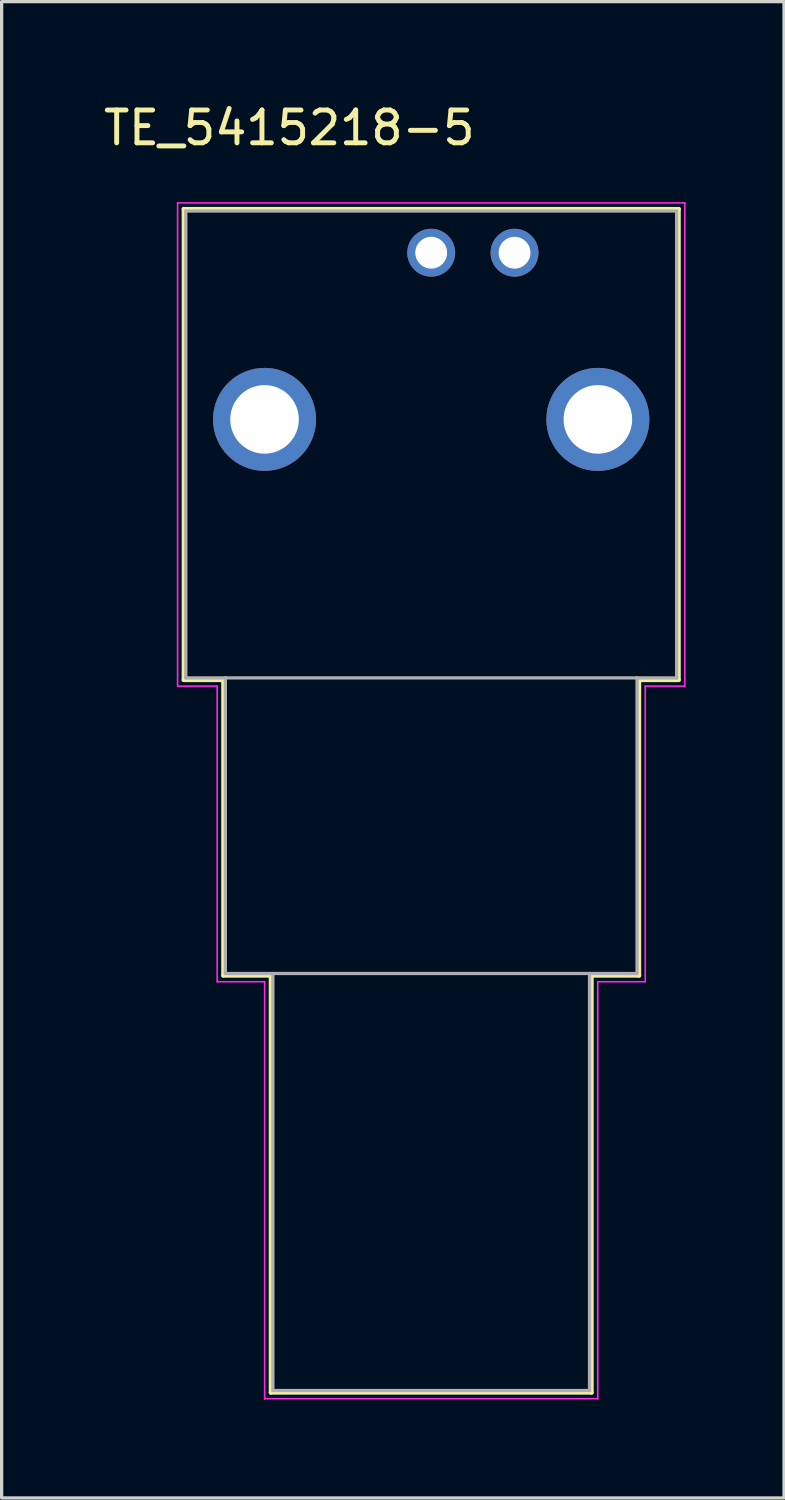
<source format=kicad_pcb>
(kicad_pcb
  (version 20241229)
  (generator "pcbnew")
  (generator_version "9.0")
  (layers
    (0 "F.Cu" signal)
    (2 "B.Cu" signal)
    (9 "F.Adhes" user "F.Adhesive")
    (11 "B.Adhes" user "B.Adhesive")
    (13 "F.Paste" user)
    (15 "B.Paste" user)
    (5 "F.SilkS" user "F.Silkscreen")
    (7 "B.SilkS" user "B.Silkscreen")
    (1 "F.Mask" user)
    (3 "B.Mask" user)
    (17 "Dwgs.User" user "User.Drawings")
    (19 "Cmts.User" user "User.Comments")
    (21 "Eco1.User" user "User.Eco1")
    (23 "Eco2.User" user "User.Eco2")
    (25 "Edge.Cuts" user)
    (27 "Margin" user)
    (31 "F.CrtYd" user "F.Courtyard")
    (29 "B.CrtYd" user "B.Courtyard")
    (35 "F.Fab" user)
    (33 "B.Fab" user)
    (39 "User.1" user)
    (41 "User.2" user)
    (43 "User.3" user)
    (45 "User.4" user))
  (footprint "TE_5415218-5"
    (layer "F.Cu")
    (at 10.093 9.733)
    (property "Reference" "TE_5415218-5" (at -4.325 -8.885 0) (layer "F.SilkS") (effects (font (size 1 1) (thickness 0.15))))
    (attr through_hole)
    (fp_line (start -7.543 -6.413) (end 7.543 -6.413) (stroke (width 0.127) (type solid)) (layer "F.SilkS"))
    (fp_line (start -7.543 7.944) (end -7.543 -6.413) (stroke (width 0.127) (type solid)) (layer "F.SilkS"))
    (fp_line (start -6.337 7.944) (end -7.543 7.944) (stroke (width 0.127) (type solid)) (layer "F.SilkS"))
    (fp_line (start -6.337 16.953) (end -6.337 7.944) (stroke (width 0.127) (type solid)) (layer "F.SilkS"))
    (fp_line (start -4.889 16.953) (end -6.337 16.953) (stroke (width 0.127) (type solid)) (layer "F.SilkS"))
    (fp_line (start -4.889 29.663) (end -4.889 16.953) (stroke (width 0.127) (type solid)) (layer "F.SilkS"))
    (fp_line (start 4.889 16.953) (end 4.889 29.663) (stroke (width 0.127) (type solid)) (layer "F.SilkS"))
    (fp_line (start 4.889 29.663) (end -4.889 29.663) (stroke (width 0.127) (type solid)) (layer "F.SilkS"))
    (fp_line (start 6.337 7.944) (end 6.337 16.953) (stroke (width 0.127) (type solid)) (layer "F.SilkS"))
    (fp_line (start 6.337 16.953) (end 4.889 16.953) (stroke (width 0.127) (type solid)) (layer "F.SilkS"))
    (fp_line (start 7.543 -6.413) (end 7.543 7.944) (stroke (width 0.127) (type solid)) (layer "F.SilkS"))
    (fp_line (start 7.543 7.944) (end 6.337 7.944) (stroke (width 0.127) (type solid)) (layer "F.SilkS"))
    (fp_line (start -7.73 -6.6) (end 7.73 -6.6) (stroke (width 0.05) (type solid)) (layer "F.CrtYd"))
    (fp_line (start -7.73 8.13) (end -7.73 -6.6) (stroke (width 0.05) (type solid)) (layer "F.CrtYd"))
    (fp_line (start -6.524 8.13) (end -7.73 8.13) (stroke (width 0.05) (type solid)) (layer "F.CrtYd"))
    (fp_line (start -6.524 17.14) (end -6.524 8.13) (stroke (width 0.05) (type solid)) (layer "F.CrtYd"))
    (fp_line (start -5.076 17.14) (end -6.524 17.14) (stroke (width 0.05) (type solid)) (layer "F.CrtYd"))
    (fp_line (start -5.076 29.85) (end -5.076 17.14) (stroke (width 0.05) (type solid)) (layer "F.CrtYd"))
    (fp_line (start 5.076 17.14) (end 5.076 29.85) (stroke (width 0.05) (type solid)) (layer "F.CrtYd"))
    (fp_line (start 5.076 29.85) (end -5.076 29.85) (stroke (width 0.05) (type solid)) (layer "F.CrtYd"))
    (fp_line (start 6.524 8.13) (end 6.524 17.14) (stroke (width 0.05) (type solid)) (layer "F.CrtYd"))
    (fp_line (start 6.524 17.14) (end 5.076 17.14) (stroke (width 0.05) (type solid)) (layer "F.CrtYd"))
    (fp_line (start 7.73 -6.6) (end 7.73 8.13) (stroke (width 0.05) (type solid)) (layer "F.CrtYd"))
    (fp_line (start 7.73 8.13) (end 6.524 8.13) (stroke (width 0.05) (type solid)) (layer "F.CrtYd"))
    (fp_line (start -7.48 -6.35) (end -7.48 7.88) (stroke (width 0.1) (type solid)) (layer "F.Fab"))
    (fp_line (start -7.48 -6.35) (end 7.48 -6.35) (stroke (width 0.1) (type solid)) (layer "F.Fab"))
    (fp_line (start -7.48 7.88) (end -6.274 7.88) (stroke (width 0.1) (type solid)) (layer "F.Fab"))
    (fp_line (start -6.274 7.88) (end -6.274 16.89) (stroke (width 0.1) (type solid)) (layer "F.Fab"))
    (fp_line (start -6.274 7.88) (end 6.274 7.88) (stroke (width 0.1) (type solid)) (layer "F.Fab"))
    (fp_line (start -6.274 16.89) (end -4.826 16.89) (stroke (width 0.1) (type solid)) (layer "F.Fab"))
    (fp_line (start -4.826 16.89) (end -4.826 29.6) (stroke (width 0.1) (type solid)) (layer "F.Fab"))
    (fp_line (start -4.826 16.89) (end 4.826 16.89) (stroke (width 0.1) (type solid)) (layer "F.Fab"))
    (fp_line (start -4.826 29.6) (end 4.826 29.6) (stroke (width 0.1) (type solid)) (layer "F.Fab"))
    (fp_line (start 4.826 16.89) (end 4.826 29.6) (stroke (width 0.1) (type solid)) (layer "F.Fab"))
    (fp_line (start 4.826 16.89) (end 6.274 16.89) (stroke (width 0.1) (type solid)) (layer "F.Fab"))
    (fp_line (start 6.274 7.88) (end 6.274 16.89) (stroke (width 0.1) (type solid)) (layer "F.Fab"))
    (fp_line (start 6.274 7.88) (end 7.48 7.88) (stroke (width 0.1) (type solid)) (layer "F.Fab"))
    (fp_line (start 7.48 -6.35) (end 7.48 7.88) (stroke (width 0.1) (type solid)) (layer "F.Fab"))
    (pad "1" thru_hole circle (at 0 -5.08) (size 1.46 1.46) (drill 0.97) (layers "*.Cu" "*.Mask"))
    (pad "2" thru_hole circle (at 2.54 -5.08) (size 1.46 1.46) (drill 0.97) (layers "*.Cu" "*.Mask"))
    (pad "3" thru_hole circle (at -5.08 0) (size 3.14 3.14) (drill 2.09) (layers "*.Cu" "*.Mask"))
    (pad "4" thru_hole circle (at 5.08 0) (size 3.14 3.14) (drill 2.09) (layers "*.Cu" "*.Mask")))
  (gr_rect
    (start -3 -3)
    (end 20.848 42.608)
    (stroke (width 0.1) (type default))
    (fill no)
    (layer "Edge.Cuts")))
</source>
